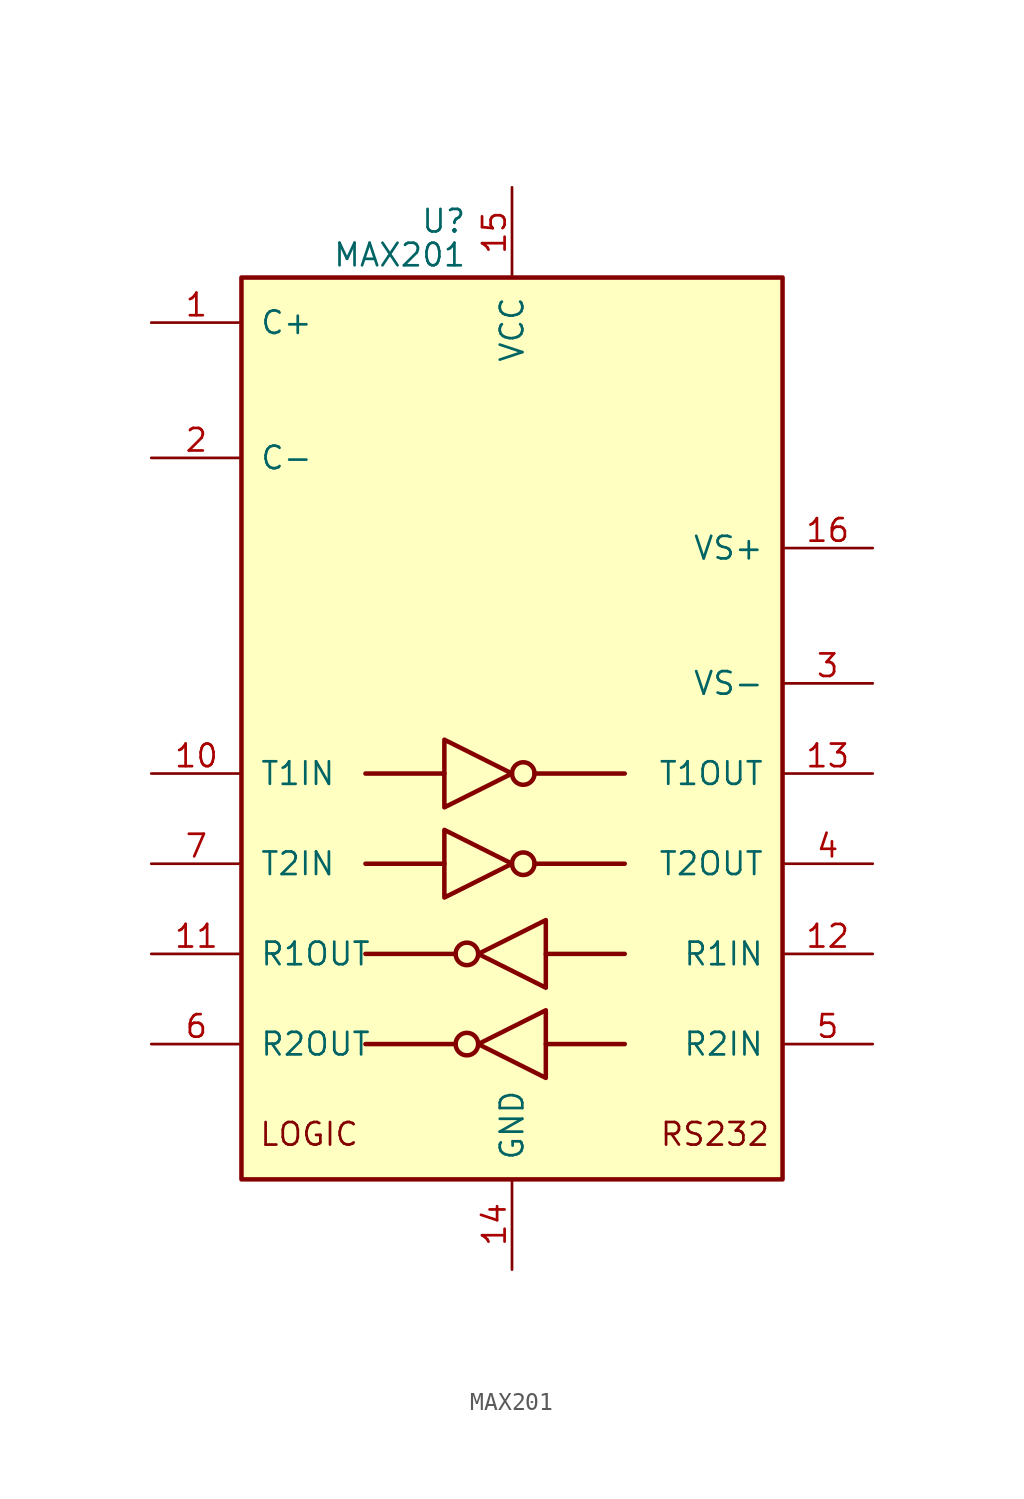
<source format=kicad_sym>
(kicad_symbol_lib
  (version 20211014)
  (generator kicad_symbol_editor)
  (symbol "MAX201"
    (pin_names
      (offset 1.016))
    (property "Reference" "U"
      (at -2.54 28.575 0)
      (effects (font (size 1.27 1.27)) (justify right)))
    (property "Value" "MAX201"
      (at -2.54 26.67 0)
      (effects (font (size 1.27 1.27)) (justify right)))
    (symbol "MAX201_0_0"
      (text "LOGIC" (at -11.43 -22.86 0) (effects (font (size 1.27 1.27))))
      (text "RS232" (at 11.43 -22.86 0) (effects (font (size 1.27 1.27)))))
    (symbol "MAX201_0_1"
      (rectangle (start -15.24 -25.4) (end 15.24 25.4) (stroke (width 0.254) (type default) (color 0 0 0 0)) (fill (type background)))
      (circle (center -2.54 -17.78) (radius 0.635) (stroke (width 0.254) (type default) (color 0 0 0 0)) (fill (type none)))
      (circle (center -2.54 -12.7) (radius 0.635) (stroke (width 0.254) (type default) (color 0 0 0 0)) (fill (type none)))
      (polyline (pts (xy -3.81 -7.62) (xy -8.255 -7.62)) (stroke (width 0.254) (type default) (color 0 0 0 0)) (fill (type none)))
      (polyline (pts (xy -3.81 -2.54) (xy -8.255 -2.54)) (stroke (width 0.254) (type default) (color 0 0 0 0)) (fill (type none)))
      (polyline (pts (xy -3.175 -17.78) (xy -8.255 -17.78)) (stroke (width 0.254) (type default) (color 0 0 0 0)) (fill (type none)))
      (polyline (pts (xy -3.175 -12.7) (xy -8.255 -12.7)) (stroke (width 0.254) (type default) (color 0 0 0 0)) (fill (type none)))
      (polyline (pts (xy 1.27 -7.62) (xy 6.35 -7.62)) (stroke (width 0.254) (type default) (color 0 0 0 0)) (fill (type none)))
      (polyline (pts (xy 1.27 -2.54) (xy 6.35 -2.54)) (stroke (width 0.254) (type default) (color 0 0 0 0)) (fill (type none)))
      (polyline (pts (xy 1.905 -17.78) (xy 6.35 -17.78)) (stroke (width 0.254) (type default) (color 0 0 0 0)) (fill (type none)))
      (polyline (pts (xy 1.905 -12.7) (xy 6.35 -12.7)) (stroke (width 0.254) (type default) (color 0 0 0 0)) (fill (type none)))
      (polyline (pts (xy -3.81 -5.715) (xy -3.81 -9.525) (xy 0 -7.62) (xy -3.81 -5.715)) (stroke (width 0.254) (type default) (color 0 0 0 0)) (fill (type none)))
      (polyline (pts (xy -3.81 -0.635) (xy -3.81 -4.445) (xy 0 -2.54) (xy -3.81 -0.635)) (stroke (width 0.254) (type default) (color 0 0 0 0)) (fill (type none)))
      (polyline (pts (xy 1.905 -15.875) (xy 1.905 -19.685) (xy -1.905 -17.78) (xy 1.905 -15.875)) (stroke (width 0.254) (type default) (color 0 0 0 0)) (fill (type none)))
      (polyline (pts (xy 1.905 -10.795) (xy 1.905 -14.605) (xy -1.905 -12.7) (xy 1.905 -10.795)) (stroke (width 0.254) (type default) (color 0 0 0 0)) (fill (type none)))
      (circle (center 0.635 -7.62) (radius 0.635) (stroke (width 0.254) (type default) (color 0 0 0 0)) (fill (type none)))
      (circle (center 0.635 -2.54) (radius 0.635) (stroke (width 0.254) (type default) (color 0 0 0 0)) (fill (type none))))
    (symbol "MAX201_1_1"
      (pin passive line (at -20.32 22.86 0) (length 5.08) (name "C+" (effects (font (size 1.27 1.27)))) (number "1" (effects (font (size 1.27 1.27)))))
      (pin input line (at -20.32 -2.54 0) (length 5.08) (name "T1IN" (effects (font (size 1.27 1.27)))) (number "10" (effects (font (size 1.27 1.27)))))
      (pin output line (at -20.32 -12.7 0) (length 5.08) (name "R1OUT" (effects (font (size 1.27 1.27)))) (number "11" (effects (font (size 1.27 1.27)))))
      (pin input line (at 20.32 -12.7 180) (length 5.08) (name "R1IN" (effects (font (size 1.27 1.27)))) (number "12" (effects (font (size 1.27 1.27)))))
      (pin output line (at 20.32 -2.54 180) (length 5.08) (name "T1OUT" (effects (font (size 1.27 1.27)))) (number "13" (effects (font (size 1.27 1.27)))))
      (pin power_in line (at 0 -30.48 90) (length 5.08) (name "GND" (effects (font (size 1.27 1.27)))) (number "14" (effects (font (size 1.27 1.27)))))
      (pin power_in line (at 0 30.48 270) (length 5.08) (name "VCC" (effects (font (size 1.27 1.27)))) (number "15" (effects (font (size 1.27 1.27)))))
      (pin power_in line (at 20.32 10.16 180) (length 5.08) (name "VS+" (effects (font (size 1.27 1.27)))) (number "16" (effects (font (size 1.27 1.27)))))
      (pin passive line (at -20.32 15.24 0) (length 5.08) (name "C-" (effects (font (size 1.27 1.27)))) (number "2" (effects (font (size 1.27 1.27)))))
      (pin power_out line (at 20.32 2.54 180) (length 5.08) (name "VS-" (effects (font (size 1.27 1.27)))) (number "3" (effects (font (size 1.27 1.27)))))
      (pin output line (at 20.32 -7.62 180) (length 5.08) (name "T2OUT" (effects (font (size 1.27 1.27)))) (number "4" (effects (font (size 1.27 1.27)))))
      (pin input line (at 20.32 -17.78 180) (length 5.08) (name "R2IN" (effects (font (size 1.27 1.27)))) (number "5" (effects (font (size 1.27 1.27)))))
      (pin output line (at -20.32 -17.78 0) (length 5.08) (name "R2OUT" (effects (font (size 1.27 1.27)))) (number "6" (effects (font (size 1.27 1.27)))))
      (pin input line (at -20.32 -7.62 0) (length 5.08) (name "T2IN" (effects (font (size 1.27 1.27)))) (number "7" (effects (font (size 1.27 1.27))))))))
</source>
